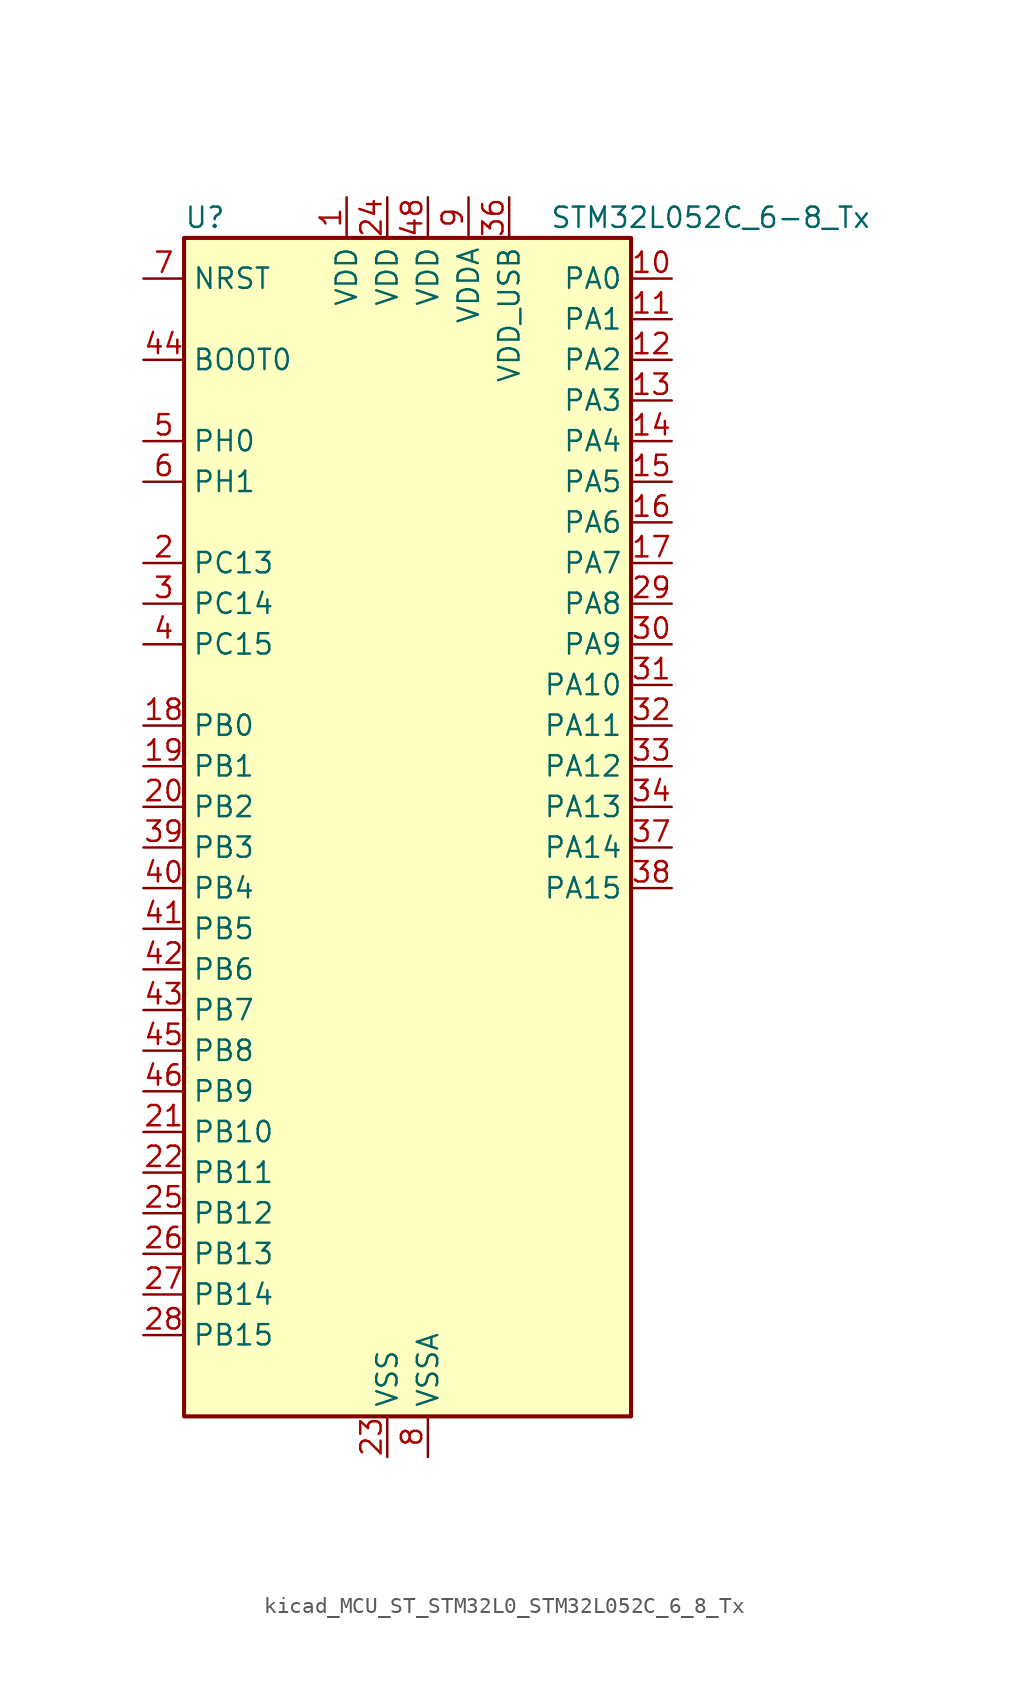
<source format=kicad_sym>
(kicad_symbol_lib
  (version 20220914)
  (generator kicad_symbol_editor)
  (symbol "kicad_MCU_ST_STM32L0_STM32L052C_6_8_Tx"
    (property "Reference" "U"
      (at -12.7 39.37 0)
      (effects (font (size 1.27 1.27)) (justify left)))
    (property "Value" "STM32L052C_6-8_Tx"
      (at 10.16 39.37 0)
      (effects (font (size 1.27 1.27)) (justify left)))
    (property "ki_locked" ""
      (at 0 0 0)
      (effects (font (size 1.27 1.27))))
    (symbol "kicad_MCU_ST_STM32L0_STM32L052C_6_8_Tx_0_1"
      (rectangle (start -12.7 -35.56) (end 15.24 38.1) (stroke (width 0.254) (type default)) (fill (type background))))
    (symbol "kicad_MCU_ST_STM32L0_STM32L052C_6_8_Tx_1_1"
      (pin power_in line (at -2.54 40.64 270) (length 2.54) (name "VDD" (effects (font (size 1.27 1.27)))) (number "1" (effects (font (size 1.27 1.27)))))
      (pin bidirectional line (at 17.78 35.56 180) (length 2.54) (name "PA0" (effects (font (size 1.27 1.27)))) (number "10" (effects (font (size 1.27 1.27)))) (alternate "ADC_IN0" bidirectional line) (alternate "COMP1_INM" bidirectional line) (alternate "COMP1_OUT" bidirectional line) (alternate "RTC_TAMP2" bidirectional line) (alternate "SYS_WKUP1" bidirectional line) (alternate "TIM2_CH1" bidirectional line) (alternate "TIM2_ETR" bidirectional line) (alternate "TSC_G1_IO1" bidirectional line) (alternate "USART2_CTS" bidirectional line))
      (pin bidirectional line (at 17.78 33.02 180) (length 2.54) (name "PA1" (effects (font (size 1.27 1.27)))) (number "11" (effects (font (size 1.27 1.27)))) (alternate "ADC_IN1" bidirectional line) (alternate "COMP1_INP" bidirectional line) (alternate "TIM21_ETR" bidirectional line) (alternate "TIM2_CH2" bidirectional line) (alternate "TSC_G1_IO2" bidirectional line) (alternate "USART2_DE" bidirectional line) (alternate "USART2_RTS" bidirectional line))
      (pin bidirectional line (at 17.78 30.48 180) (length 2.54) (name "PA2" (effects (font (size 1.27 1.27)))) (number "12" (effects (font (size 1.27 1.27)))) (alternate "ADC_IN2" bidirectional line) (alternate "COMP2_INM" bidirectional line) (alternate "COMP2_OUT" bidirectional line) (alternate "TIM21_CH1" bidirectional line) (alternate "TIM2_CH3" bidirectional line) (alternate "TSC_G1_IO3" bidirectional line) (alternate "USART2_TX" bidirectional line))
      (pin bidirectional line (at 17.78 27.94 180) (length 2.54) (name "PA3" (effects (font (size 1.27 1.27)))) (number "13" (effects (font (size 1.27 1.27)))) (alternate "ADC_IN3" bidirectional line) (alternate "COMP2_INP" bidirectional line) (alternate "TIM21_CH2" bidirectional line) (alternate "TIM2_CH4" bidirectional line) (alternate "TSC_G1_IO4" bidirectional line) (alternate "USART2_RX" bidirectional line))
      (pin bidirectional line (at 17.78 25.4 180) (length 2.54) (name "PA4" (effects (font (size 1.27 1.27)))) (number "14" (effects (font (size 1.27 1.27)))) (alternate "ADC_IN4" bidirectional line) (alternate "COMP1_INM" bidirectional line) (alternate "COMP2_INM" bidirectional line) (alternate "DAC_OUT1" bidirectional line) (alternate "SPI1_NSS" bidirectional line) (alternate "TIM22_ETR" bidirectional line) (alternate "TSC_G2_IO1" bidirectional line) (alternate "USART2_CK" bidirectional line))
      (pin bidirectional line (at 17.78 22.86 180) (length 2.54) (name "PA5" (effects (font (size 1.27 1.27)))) (number "15" (effects (font (size 1.27 1.27)))) (alternate "ADC_IN5" bidirectional line) (alternate "COMP1_INM" bidirectional line) (alternate "COMP2_INM" bidirectional line) (alternate "SPI1_SCK" bidirectional line) (alternate "TIM2_CH1" bidirectional line) (alternate "TIM2_ETR" bidirectional line) (alternate "TSC_G2_IO2" bidirectional line))
      (pin bidirectional line (at 17.78 20.32 180) (length 2.54) (name "PA6" (effects (font (size 1.27 1.27)))) (number "16" (effects (font (size 1.27 1.27)))) (alternate "ADC_IN6" bidirectional line) (alternate "COMP1_OUT" bidirectional line) (alternate "LPUART1_CTS" bidirectional line) (alternate "SPI1_MISO" bidirectional line) (alternate "TIM22_CH1" bidirectional line) (alternate "TSC_G2_IO3" bidirectional line))
      (pin bidirectional line (at 17.78 17.78 180) (length 2.54) (name "PA7" (effects (font (size 1.27 1.27)))) (number "17" (effects (font (size 1.27 1.27)))) (alternate "ADC_IN7" bidirectional line) (alternate "COMP2_OUT" bidirectional line) (alternate "SPI1_MOSI" bidirectional line) (alternate "TIM22_CH2" bidirectional line) (alternate "TSC_G2_IO4" bidirectional line))
      (pin bidirectional line (at -15.24 7.62 0) (length 2.54) (name "PB0" (effects (font (size 1.27 1.27)))) (number "18" (effects (font (size 1.27 1.27)))) (alternate "ADC_IN8" bidirectional line) (alternate "SYS_VREF_OUT_PB0" bidirectional line) (alternate "TSC_G3_IO2" bidirectional line))
      (pin bidirectional line (at -15.24 5.08 0) (length 2.54) (name "PB1" (effects (font (size 1.27 1.27)))) (number "19" (effects (font (size 1.27 1.27)))) (alternate "ADC_IN9" bidirectional line) (alternate "LPUART1_DE" bidirectional line) (alternate "LPUART1_RTS" bidirectional line) (alternate "SYS_VREF_OUT_PB1" bidirectional line) (alternate "TSC_G3_IO3" bidirectional line))
      (pin bidirectional line (at -15.24 17.78 0) (length 2.54) (name "PC13" (effects (font (size 1.27 1.27)))) (number "2" (effects (font (size 1.27 1.27)))) (alternate "RTC_OUT_ALARM" bidirectional line) (alternate "RTC_OUT_CALIB" bidirectional line) (alternate "RTC_TAMP1" bidirectional line) (alternate "RTC_TS" bidirectional line) (alternate "SYS_WKUP2" bidirectional line))
      (pin bidirectional line (at -15.24 2.54 0) (length 2.54) (name "PB2" (effects (font (size 1.27 1.27)))) (number "20" (effects (font (size 1.27 1.27)))) (alternate "LPTIM1_OUT" bidirectional line) (alternate "TSC_G3_IO4" bidirectional line))
      (pin bidirectional line (at -15.24 -17.78 0) (length 2.54) (name "PB10" (effects (font (size 1.27 1.27)))) (number "21" (effects (font (size 1.27 1.27)))) (alternate "I2C2_SCL" bidirectional line) (alternate "LPUART1_TX" bidirectional line) (alternate "SPI2_SCK" bidirectional line) (alternate "TIM2_CH3" bidirectional line) (alternate "TSC_SYNC" bidirectional line))
      (pin bidirectional line (at -15.24 -20.32 0) (length 2.54) (name "PB11" (effects (font (size 1.27 1.27)))) (number "22" (effects (font (size 1.27 1.27)))) (alternate "ADC_EXTI11" bidirectional line) (alternate "I2C2_SDA" bidirectional line) (alternate "LPUART1_RX" bidirectional line) (alternate "TIM2_CH4" bidirectional line) (alternate "TSC_G6_IO1" bidirectional line))
      (pin power_in line (at 0 -38.1 90) (length 2.54) (name "VSS" (effects (font (size 1.27 1.27)))) (number "23" (effects (font (size 1.27 1.27)))))
      (pin power_in line (at 0 40.64 270) (length 2.54) (name "VDD" (effects (font (size 1.27 1.27)))) (number "24" (effects (font (size 1.27 1.27)))))
      (pin bidirectional line (at -15.24 -22.86 0) (length 2.54) (name "PB12" (effects (font (size 1.27 1.27)))) (number "25" (effects (font (size 1.27 1.27)))) (alternate "I2S2_WS" bidirectional line) (alternate "LPUART1_DE" bidirectional line) (alternate "LPUART1_RTS" bidirectional line) (alternate "SPI2_NSS" bidirectional line) (alternate "TSC_G6_IO2" bidirectional line))
      (pin bidirectional line (at -15.24 -25.4 0) (length 2.54) (name "PB13" (effects (font (size 1.27 1.27)))) (number "26" (effects (font (size 1.27 1.27)))) (alternate "I2C2_SCL" bidirectional line) (alternate "I2S2_CK" bidirectional line) (alternate "LPUART1_CTS" bidirectional line) (alternate "SPI2_SCK" bidirectional line) (alternate "TIM21_CH1" bidirectional line) (alternate "TSC_G6_IO3" bidirectional line))
      (pin bidirectional line (at -15.24 -27.94 0) (length 2.54) (name "PB14" (effects (font (size 1.27 1.27)))) (number "27" (effects (font (size 1.27 1.27)))) (alternate "I2C2_SDA" bidirectional line) (alternate "I2S2_MCK" bidirectional line) (alternate "LPUART1_DE" bidirectional line) (alternate "LPUART1_RTS" bidirectional line) (alternate "RTC_OUT_ALARM" bidirectional line) (alternate "RTC_OUT_CALIB" bidirectional line) (alternate "SPI2_MISO" bidirectional line) (alternate "TIM21_CH2" bidirectional line) (alternate "TSC_G6_IO4" bidirectional line))
      (pin bidirectional line (at -15.24 -30.48 0) (length 2.54) (name "PB15" (effects (font (size 1.27 1.27)))) (number "28" (effects (font (size 1.27 1.27)))) (alternate "I2S2_SD" bidirectional line) (alternate "RTC_REFIN" bidirectional line) (alternate "SPI2_MOSI" bidirectional line))
      (pin bidirectional line (at 17.78 15.24 180) (length 2.54) (name "PA8" (effects (font (size 1.27 1.27)))) (number "29" (effects (font (size 1.27 1.27)))) (alternate "CRS_SYNC" bidirectional line) (alternate "RCC_MCO" bidirectional line) (alternate "USART1_CK" bidirectional line))
      (pin bidirectional line (at -15.24 15.24 0) (length 2.54) (name "PC14" (effects (font (size 1.27 1.27)))) (number "3" (effects (font (size 1.27 1.27)))) (alternate "RCC_OSC32_IN" bidirectional line))
      (pin bidirectional line (at 17.78 12.7 180) (length 2.54) (name "PA9" (effects (font (size 1.27 1.27)))) (number "30" (effects (font (size 1.27 1.27)))) (alternate "DAC_EXTI9" bidirectional line) (alternate "RCC_MCO" bidirectional line) (alternate "TSC_G4_IO1" bidirectional line) (alternate "USART1_TX" bidirectional line))
      (pin bidirectional line (at 17.78 10.16 180) (length 2.54) (name "PA10" (effects (font (size 1.27 1.27)))) (number "31" (effects (font (size 1.27 1.27)))) (alternate "TSC_G4_IO2" bidirectional line) (alternate "USART1_RX" bidirectional line))
      (pin bidirectional line (at 17.78 7.62 180) (length 2.54) (name "PA11" (effects (font (size 1.27 1.27)))) (number "32" (effects (font (size 1.27 1.27)))) (alternate "ADC_EXTI11" bidirectional line) (alternate "COMP1_OUT" bidirectional line) (alternate "SPI1_MISO" bidirectional line) (alternate "TSC_G4_IO3" bidirectional line) (alternate "USART1_CTS" bidirectional line) (alternate "USB_DM" bidirectional line))
      (pin bidirectional line (at 17.78 5.08 180) (length 2.54) (name "PA12" (effects (font (size 1.27 1.27)))) (number "33" (effects (font (size 1.27 1.27)))) (alternate "COMP2_OUT" bidirectional line) (alternate "SPI1_MOSI" bidirectional line) (alternate "TSC_G4_IO4" bidirectional line) (alternate "USART1_DE" bidirectional line) (alternate "USART1_RTS" bidirectional line) (alternate "USB_DP" bidirectional line))
      (pin bidirectional line (at 17.78 2.54 180) (length 2.54) (name "PA13" (effects (font (size 1.27 1.27)))) (number "34" (effects (font (size 1.27 1.27)))) (alternate "SYS_SWDIO" bidirectional line) (alternate "USB_NOE" bidirectional line))
      (pin passive line (at 0 -38.1 90) (length 2.54) hide (name "VSS" (effects (font (size 1.27 1.27)))) (number "35" (effects (font (size 1.27 1.27)))))
      (pin power_in line (at 7.62 40.64 270) (length 2.54) (name "VDD_USB" (effects (font (size 1.27 1.27)))) (number "36" (effects (font (size 1.27 1.27)))))
      (pin bidirectional line (at 17.78 0 180) (length 2.54) (name "PA14" (effects (font (size 1.27 1.27)))) (number "37" (effects (font (size 1.27 1.27)))) (alternate "SYS_SWCLK" bidirectional line) (alternate "USART2_TX" bidirectional line))
      (pin bidirectional line (at 17.78 -2.54 180) (length 2.54) (name "PA15" (effects (font (size 1.27 1.27)))) (number "38" (effects (font (size 1.27 1.27)))) (alternate "SPI1_NSS" bidirectional line) (alternate "TIM2_CH1" bidirectional line) (alternate "TIM2_ETR" bidirectional line) (alternate "USART2_RX" bidirectional line))
      (pin bidirectional line (at -15.24 0 0) (length 2.54) (name "PB3" (effects (font (size 1.27 1.27)))) (number "39" (effects (font (size 1.27 1.27)))) (alternate "COMP2_INM" bidirectional line) (alternate "SPI1_SCK" bidirectional line) (alternate "TIM2_CH2" bidirectional line) (alternate "TSC_G5_IO1" bidirectional line))
      (pin bidirectional line (at -15.24 12.7 0) (length 2.54) (name "PC15" (effects (font (size 1.27 1.27)))) (number "4" (effects (font (size 1.27 1.27)))) (alternate "RCC_OSC32_OUT" bidirectional line))
      (pin bidirectional line (at -15.24 -2.54 0) (length 2.54) (name "PB4" (effects (font (size 1.27 1.27)))) (number "40" (effects (font (size 1.27 1.27)))) (alternate "COMP2_INP" bidirectional line) (alternate "SPI1_MISO" bidirectional line) (alternate "TIM22_CH1" bidirectional line) (alternate "TSC_G5_IO2" bidirectional line))
      (pin bidirectional line (at -15.24 -5.08 0) (length 2.54) (name "PB5" (effects (font (size 1.27 1.27)))) (number "41" (effects (font (size 1.27 1.27)))) (alternate "COMP2_INP" bidirectional line) (alternate "I2C1_SMBA" bidirectional line) (alternate "LPTIM1_IN1" bidirectional line) (alternate "SPI1_MOSI" bidirectional line) (alternate "TIM22_CH2" bidirectional line))
      (pin bidirectional line (at -15.24 -7.62 0) (length 2.54) (name "PB6" (effects (font (size 1.27 1.27)))) (number "42" (effects (font (size 1.27 1.27)))) (alternate "COMP2_INP" bidirectional line) (alternate "I2C1_SCL" bidirectional line) (alternate "LPTIM1_ETR" bidirectional line) (alternate "TSC_G5_IO3" bidirectional line) (alternate "USART1_TX" bidirectional line))
      (pin bidirectional line (at -15.24 -10.16 0) (length 2.54) (name "PB7" (effects (font (size 1.27 1.27)))) (number "43" (effects (font (size 1.27 1.27)))) (alternate "COMP2_INP" bidirectional line) (alternate "I2C1_SDA" bidirectional line) (alternate "LPTIM1_IN2" bidirectional line) (alternate "SYS_PVD_IN" bidirectional line) (alternate "TSC_G5_IO4" bidirectional line) (alternate "USART1_RX" bidirectional line))
      (pin input line (at -15.24 30.48 0) (length 2.54) (name "BOOT0" (effects (font (size 1.27 1.27)))) (number "44" (effects (font (size 1.27 1.27)))))
      (pin bidirectional line (at -15.24 -12.7 0) (length 2.54) (name "PB8" (effects (font (size 1.27 1.27)))) (number "45" (effects (font (size 1.27 1.27)))) (alternate "I2C1_SCL" bidirectional line) (alternate "TSC_SYNC" bidirectional line))
      (pin bidirectional line (at -15.24 -15.24 0) (length 2.54) (name "PB9" (effects (font (size 1.27 1.27)))) (number "46" (effects (font (size 1.27 1.27)))) (alternate "DAC_EXTI9" bidirectional line) (alternate "I2C1_SDA" bidirectional line) (alternate "I2S2_WS" bidirectional line) (alternate "SPI2_NSS" bidirectional line))
      (pin passive line (at 0 -38.1 90) (length 2.54) hide (name "VSS" (effects (font (size 1.27 1.27)))) (number "47" (effects (font (size 1.27 1.27)))))
      (pin power_in line (at 2.54 40.64 270) (length 2.54) (name "VDD" (effects (font (size 1.27 1.27)))) (number "48" (effects (font (size 1.27 1.27)))))
      (pin bidirectional line (at -15.24 25.4 0) (length 2.54) (name "PH0" (effects (font (size 1.27 1.27)))) (number "5" (effects (font (size 1.27 1.27)))) (alternate "CRS_SYNC" bidirectional line) (alternate "RCC_OSC_IN" bidirectional line))
      (pin bidirectional line (at -15.24 22.86 0) (length 2.54) (name "PH1" (effects (font (size 1.27 1.27)))) (number "6" (effects (font (size 1.27 1.27)))) (alternate "RCC_OSC_OUT" bidirectional line))
      (pin input line (at -15.24 35.56 0) (length 2.54) (name "NRST" (effects (font (size 1.27 1.27)))) (number "7" (effects (font (size 1.27 1.27)))))
      (pin power_in line (at 2.54 -38.1 90) (length 2.54) (name "VSSA" (effects (font (size 1.27 1.27)))) (number "8" (effects (font (size 1.27 1.27)))))
      (pin power_in line (at 5.08 40.64 270) (length 2.54) (name "VDDA" (effects (font (size 1.27 1.27)))) (number "9" (effects (font (size 1.27 1.27))))))))
</source>
